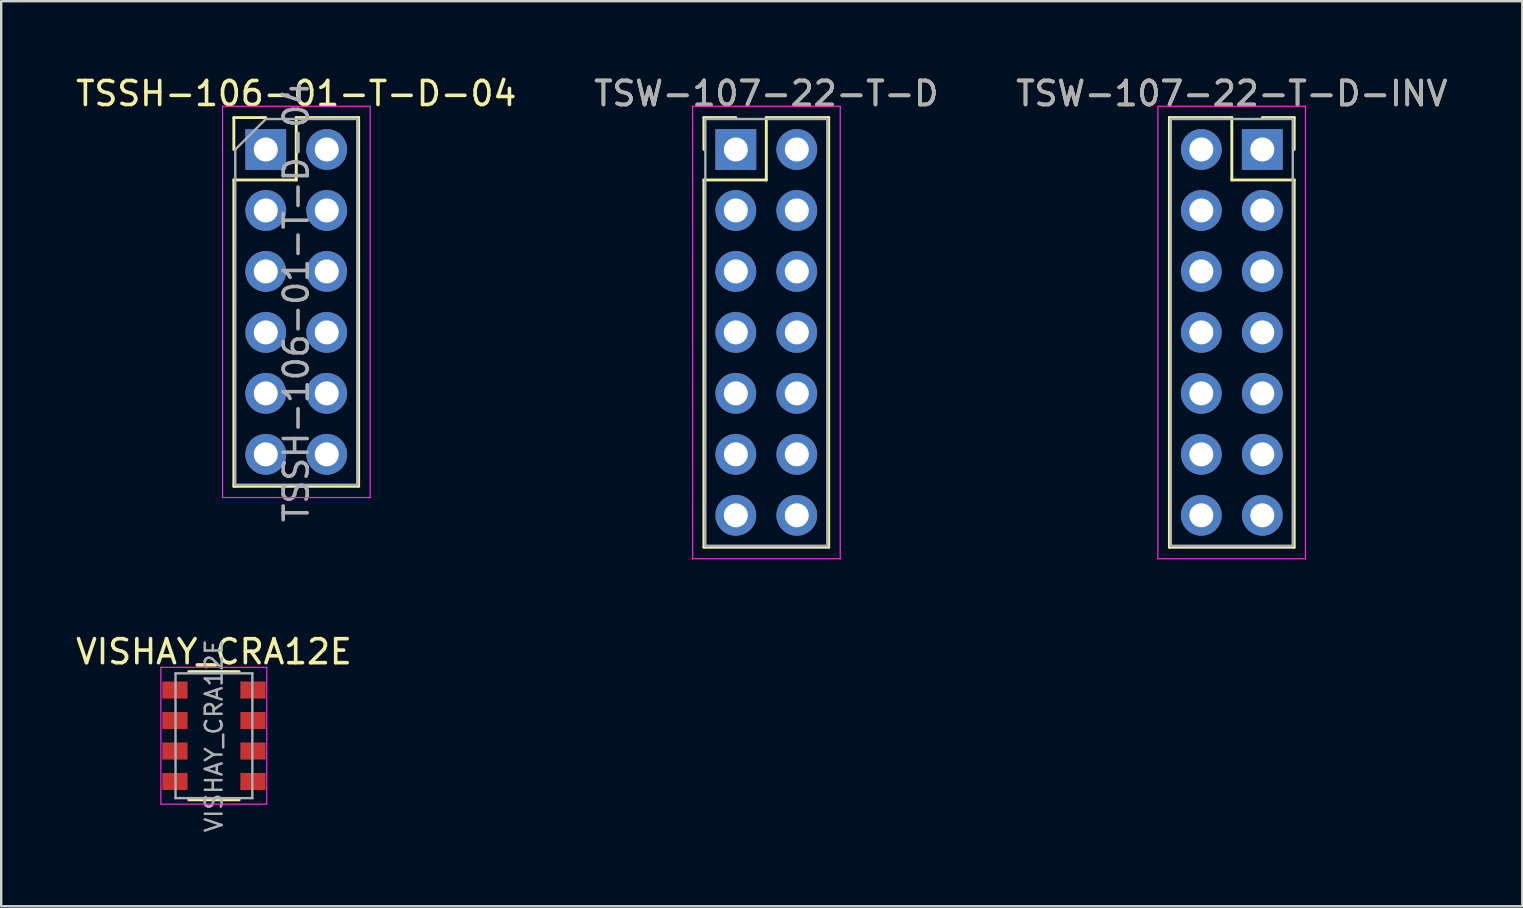
<source format=kicad_pcb>
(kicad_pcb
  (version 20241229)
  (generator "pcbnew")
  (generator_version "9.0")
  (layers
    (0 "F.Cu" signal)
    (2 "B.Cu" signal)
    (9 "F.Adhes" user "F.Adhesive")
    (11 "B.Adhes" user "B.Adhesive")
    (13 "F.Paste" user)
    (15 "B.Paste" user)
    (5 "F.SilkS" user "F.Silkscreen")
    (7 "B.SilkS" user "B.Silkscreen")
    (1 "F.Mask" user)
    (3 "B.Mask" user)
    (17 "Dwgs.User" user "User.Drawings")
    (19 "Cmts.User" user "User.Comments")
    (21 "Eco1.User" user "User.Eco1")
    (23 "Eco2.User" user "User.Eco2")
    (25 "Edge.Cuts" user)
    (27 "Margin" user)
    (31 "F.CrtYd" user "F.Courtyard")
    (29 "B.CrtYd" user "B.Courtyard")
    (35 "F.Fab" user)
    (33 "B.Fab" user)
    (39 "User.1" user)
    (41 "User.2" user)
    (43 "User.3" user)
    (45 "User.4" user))
  (footprint "TSW-107-22-T-D-INV"
    (layer "F.Cu")
    (at 49.538 3.178)
    (property "Reference" "TSW-107-22-T-D-INV" (at -1.27 -2.33 0) (layer "F.SilkS") (effects (font (size 1 1) (thickness 0.15))))
    (attr through_hole)
    (fp_line (start -3.87 -1.33) (end -1.27 -1.33) (stroke (width 0.12) (type solid)) (layer "F.SilkS"))
    (fp_line (start -3.87 16.57) (end -3.87 -1.33) (stroke (width 0.12) (type solid)) (layer "F.SilkS"))
    (fp_line (start -1.27 -1.33) (end -1.27 1.27) (stroke (width 0.12) (type solid)) (layer "F.SilkS"))
    (fp_line (start -1.27 1.27) (end 1.33 1.27) (stroke (width 0.12) (type solid)) (layer "F.SilkS"))
    (fp_line (start 1.33 -1.33) (end 0 -1.33) (stroke (width 0.12) (type solid)) (layer "F.SilkS"))
    (fp_line (start 1.33 0) (end 1.33 -1.33) (stroke (width 0.12) (type solid)) (layer "F.SilkS"))
    (fp_line (start 1.33 1.27) (end 1.33 16.57) (stroke (width 0.12) (type solid)) (layer "F.SilkS"))
    (fp_line (start 1.33 16.57) (end -3.87 16.57) (stroke (width 0.12) (type solid)) (layer "F.SilkS"))
    (fp_line (start -4.35 -1.8) (end 1.8 -1.8) (stroke (width 0.05) (type solid)) (layer "F.CrtYd"))
    (fp_line (start -4.35 17.05) (end -4.35 -1.8) (stroke (width 0.05) (type solid)) (layer "F.CrtYd"))
    (fp_line (start 1.8 -1.8) (end 1.8 17.05) (stroke (width 0.05) (type solid)) (layer "F.CrtYd"))
    (fp_line (start 1.8 17.05) (end -4.35 17.05) (stroke (width 0.05) (type solid)) (layer "F.CrtYd"))
    (fp_line (start -3.81 -1.27) (end 1.27 -1.27) (stroke (width 0.1) (type solid)) (layer "F.Fab"))
    (fp_line (start -3.81 16.51) (end -3.81 -1.27) (stroke (width 0.1) (type solid)) (layer "F.Fab"))
    (fp_line (start 1.27 -1.27) (end 1.27 16.51) (stroke (width 0.1) (type solid)) (layer "F.Fab"))
    (fp_line (start 1.27 16.51) (end -3.81 16.51) (stroke (width 0.1) (type solid)) (layer "F.Fab"))
    (fp_text user "${REFERENCE}" (at -1.27 -2.33 0) (layer "F.Fab") (effects (font (size 1 1) (thickness 0.15))))
    (pad "1" thru_hole rect (at 0 0) (size 1.7 1.7) (drill 1) (layers "*.Cu" "*.Mask"))
    (pad "2" thru_hole oval (at -2.54 0) (size 1.7 1.7) (drill 1) (layers "*.Cu" "*.Mask"))
    (pad "3" thru_hole oval (at 0 2.54) (size 1.7 1.7) (drill 1) (layers "*.Cu" "*.Mask"))
    (pad "4" thru_hole oval (at -2.54 2.54) (size 1.7 1.7) (drill 1) (layers "*.Cu" "*.Mask"))
    (pad "5" thru_hole oval (at 0 5.08) (size 1.7 1.7) (drill 1) (layers "*.Cu" "*.Mask"))
    (pad "6" thru_hole oval (at -2.54 5.08) (size 1.7 1.7) (drill 1) (layers "*.Cu" "*.Mask"))
    (pad "7" thru_hole oval (at 0 7.62) (size 1.7 1.7) (drill 1) (layers "*.Cu" "*.Mask"))
    (pad "8" thru_hole oval (at -2.54 7.62) (size 1.7 1.7) (drill 1) (layers "*.Cu" "*.Mask"))
    (pad "9" thru_hole oval (at 0 10.16) (size 1.7 1.7) (drill 1) (layers "*.Cu" "*.Mask"))
    (pad "10" thru_hole oval (at -2.54 10.16) (size 1.7 1.7) (drill 1) (layers "*.Cu" "*.Mask"))
    (pad "11" thru_hole oval (at 0 12.7) (size 1.7 1.7) (drill 1) (layers "*.Cu" "*.Mask"))
    (pad "12" thru_hole oval (at -2.54 12.7) (size 1.7 1.7) (drill 1) (layers "*.Cu" "*.Mask"))
    (pad "13" thru_hole oval (at 0 15.24) (size 1.7 1.7) (drill 1) (layers "*.Cu" "*.Mask"))
    (pad "14" thru_hole oval (at -2.54 15.24) (size 1.7 1.7) (drill 1) (layers "*.Cu" "*.Mask")))
  (footprint "TSSH-106-01-T-D-04"
    (layer "F.Cu")
    (at 8.022 3.178)
    (property "Reference" "TSSH-106-01-T-D-04" (at 1.27 -2.33 0) (layer "F.SilkS") (effects (font (size 1 1) (thickness 0.15))))
    (attr through_hole)
    (fp_line (start -1.33 -1.33) (end 0 -1.33) (stroke (width 0.12) (type solid)) (layer "F.SilkS"))
    (fp_line (start -1.33 0) (end -1.33 -1.33) (stroke (width 0.12) (type solid)) (layer "F.SilkS"))
    (fp_line (start -1.33 1.27) (end -1.33 14.03) (stroke (width 0.12) (type solid)) (layer "F.SilkS"))
    (fp_line (start -1.33 1.27) (end 1.27 1.27) (stroke (width 0.12) (type solid)) (layer "F.SilkS"))
    (fp_line (start -1.33 14.03) (end 3.87 14.03) (stroke (width 0.12) (type solid)) (layer "F.SilkS"))
    (fp_line (start 1.27 -1.33) (end 3.87 -1.33) (stroke (width 0.12) (type solid)) (layer "F.SilkS"))
    (fp_line (start 1.27 1.27) (end 1.27 -1.33) (stroke (width 0.12) (type solid)) (layer "F.SilkS"))
    (fp_line (start 3.87 -1.33) (end 3.87 14.03) (stroke (width 0.12) (type solid)) (layer "F.SilkS"))
    (fp_line (start -1.8 -1.8) (end -1.8 14.5) (stroke (width 0.05) (type solid)) (layer "F.CrtYd"))
    (fp_line (start -1.8 14.5) (end 4.35 14.5) (stroke (width 0.05) (type solid)) (layer "F.CrtYd"))
    (fp_line (start 4.35 -1.8) (end -1.8 -1.8) (stroke (width 0.05) (type solid)) (layer "F.CrtYd"))
    (fp_line (start 4.35 14.5) (end 4.35 -1.8) (stroke (width 0.05) (type solid)) (layer "F.CrtYd"))
    (fp_line (start -1.27 0) (end 0 -1.27) (stroke (width 0.1) (type solid)) (layer "F.Fab"))
    (fp_line (start -1.27 13.97) (end -1.27 0) (stroke (width 0.1) (type solid)) (layer "F.Fab"))
    (fp_line (start 0 -1.27) (end 3.81 -1.27) (stroke (width 0.1) (type solid)) (layer "F.Fab"))
    (fp_line (start 3.81 -1.27) (end 3.81 13.97) (stroke (width 0.1) (type solid)) (layer "F.Fab"))
    (fp_line (start 3.81 13.97) (end -1.27 13.97) (stroke (width 0.1) (type solid)) (layer "F.Fab"))
    (fp_text user "${REFERENCE}" (at 1.27 6.35 90) (layer "F.Fab") (effects (font (size 1 1) (thickness 0.15))))
    (pad "1" thru_hole rect (at 0 0) (size 1.7 1.7) (drill 1) (layers "*.Cu" "*.Mask"))
    (pad "2" thru_hole oval (at 2.54 0) (size 1.7 1.7) (drill 1) (layers "*.Cu" "*.Mask"))
    (pad "3" thru_hole oval (at 0 2.54) (size 1.7 1.7) (drill 1) (layers "*.Cu" "*.Mask"))
    (pad "4" thru_hole oval (at 2.54 2.54) (size 1.7 1.7) (drill 1) (layers "*.Cu" "*.Mask"))
    (pad "5" thru_hole oval (at 0 5.08) (size 1.7 1.7) (drill 1) (layers "*.Cu" "*.Mask"))
    (pad "6" thru_hole oval (at 2.54 5.08) (size 1.7 1.7) (drill 1) (layers "*.Cu" "*.Mask"))
    (pad "7" thru_hole oval (at 0 7.62) (size 1.7 1.7) (drill 1) (layers "*.Cu" "*.Mask"))
    (pad "8" thru_hole oval (at 2.54 7.62) (size 1.7 1.7) (drill 1) (layers "*.Cu" "*.Mask"))
    (pad "9" thru_hole oval (at 0 10.16) (size 1.7 1.7) (drill 1) (layers "*.Cu" "*.Mask"))
    (pad "10" thru_hole oval (at 2.54 10.16) (size 1.7 1.7) (drill 1) (layers "*.Cu" "*.Mask"))
    (pad "11" thru_hole oval (at 0 12.7) (size 1.7 1.7) (drill 1) (layers "*.Cu" "*.Mask"))
    (pad "12" thru_hole oval (at 2.54 12.7) (size 1.7 1.7) (drill 1) (layers "*.Cu" "*.Mask")))
  (footprint "TSW-107-22-T-D"
    (layer "F.Cu")
    (at 27.605 3.178)
    (property "Reference" "TSW-107-22-T-D" (at 1.27 -2.33 0) (layer "F.SilkS") (effects (font (size 1 1) (thickness 0.15))))
    (attr through_hole)
    (fp_line (start -1.33 -1.33) (end 0 -1.33) (stroke (width 0.12) (type solid)) (layer "F.SilkS"))
    (fp_line (start -1.33 0) (end -1.33 -1.33) (stroke (width 0.12) (type solid)) (layer "F.SilkS"))
    (fp_line (start -1.33 1.27) (end -1.33 16.57) (stroke (width 0.12) (type solid)) (layer "F.SilkS"))
    (fp_line (start -1.33 16.57) (end 3.87 16.57) (stroke (width 0.12) (type solid)) (layer "F.SilkS"))
    (fp_line (start 1.27 -1.33) (end 1.27 1.27) (stroke (width 0.12) (type solid)) (layer "F.SilkS"))
    (fp_line (start 1.27 1.27) (end -1.33 1.27) (stroke (width 0.12) (type solid)) (layer "F.SilkS"))
    (fp_line (start 3.87 -1.33) (end 1.27 -1.33) (stroke (width 0.12) (type solid)) (layer "F.SilkS"))
    (fp_line (start 3.87 16.57) (end 3.87 -1.33) (stroke (width 0.12) (type solid)) (layer "F.SilkS"))
    (fp_line (start -1.8 -1.8) (end -1.8 17.05) (stroke (width 0.05) (type solid)) (layer "F.CrtYd"))
    (fp_line (start -1.8 17.05) (end 4.35 17.05) (stroke (width 0.05) (type solid)) (layer "F.CrtYd"))
    (fp_line (start 4.35 -1.8) (end -1.8 -1.8) (stroke (width 0.05) (type solid)) (layer "F.CrtYd"))
    (fp_line (start 4.35 17.05) (end 4.35 -1.8) (stroke (width 0.05) (type solid)) (layer "F.CrtYd"))
    (fp_line (start -1.27 -1.27) (end -1.27 16.51) (stroke (width 0.1) (type solid)) (layer "F.Fab"))
    (fp_line (start -1.27 16.51) (end 3.81 16.51) (stroke (width 0.1) (type solid)) (layer "F.Fab"))
    (fp_line (start 3.81 -1.27) (end -1.27 -1.27) (stroke (width 0.1) (type solid)) (layer "F.Fab"))
    (fp_line (start 3.81 16.51) (end 3.81 -1.27) (stroke (width 0.1) (type solid)) (layer "F.Fab"))
    (fp_text user "${REFERENCE}" (at 1.27 -2.33 0) (layer "F.Fab") (effects (font (size 1 1) (thickness 0.15))))
    (pad "1" thru_hole rect (at 0 0) (size 1.7 1.7) (drill 1) (layers "*.Cu" "*.Mask"))
    (pad "2" thru_hole oval (at 2.54 0) (size 1.7 1.7) (drill 1) (layers "*.Cu" "*.Mask"))
    (pad "3" thru_hole oval (at 0 2.54) (size 1.7 1.7) (drill 1) (layers "*.Cu" "*.Mask"))
    (pad "4" thru_hole oval (at 2.54 2.54) (size 1.7 1.7) (drill 1) (layers "*.Cu" "*.Mask"))
    (pad "5" thru_hole oval (at 0 5.08) (size 1.7 1.7) (drill 1) (layers "*.Cu" "*.Mask"))
    (pad "6" thru_hole oval (at 2.54 5.08) (size 1.7 1.7) (drill 1) (layers "*.Cu" "*.Mask"))
    (pad "7" thru_hole oval (at 0 7.62) (size 1.7 1.7) (drill 1) (layers "*.Cu" "*.Mask"))
    (pad "8" thru_hole oval (at 2.54 7.62) (size 1.7 1.7) (drill 1) (layers "*.Cu" "*.Mask"))
    (pad "9" thru_hole oval (at 0 10.16) (size 1.7 1.7) (drill 1) (layers "*.Cu" "*.Mask"))
    (pad "10" thru_hole oval (at 2.54 10.16) (size 1.7 1.7) (drill 1) (layers "*.Cu" "*.Mask"))
    (pad "11" thru_hole oval (at 0 12.7) (size 1.7 1.7) (drill 1) (layers "*.Cu" "*.Mask"))
    (pad "12" thru_hole oval (at 2.54 12.7) (size 1.7 1.7) (drill 1) (layers "*.Cu" "*.Mask"))
    (pad "13" thru_hole oval (at 0 15.24) (size 1.7 1.7) (drill 1) (layers "*.Cu" "*.Mask"))
    (pad "14" thru_hole oval (at 2.54 15.24) (size 1.7 1.7) (drill 1) (layers "*.Cu" "*.Mask")))
  (footprint "VISHAY_CRA12E"
    (layer "F.Cu")
    (at 5.863 27.602)
    (property "Reference" "VISHAY_CRA12E" (at 0 -3.5 0) (layer "F.SilkS") (effects (font (size 1 1) (thickness 0.15))))
    (attr smd)
    (fp_line (start 1.05 -2.67) (end -1.05 -2.67) (stroke (width 0.12) (type solid)) (layer "F.SilkS"))
    (fp_line (start 1.05 2.67) (end -1.05 2.67) (stroke (width 0.12) (type solid)) (layer "F.SilkS"))
    (fp_line (start -2.21 -2.85) (end -2.21 2.85) (stroke (width 0.05) (type solid)) (layer "F.CrtYd"))
    (fp_line (start -2.21 -2.85) (end 2.2 -2.85) (stroke (width 0.05) (type solid)) (layer "F.CrtYd"))
    (fp_line (start 2.2 2.85) (end -2.21 2.85) (stroke (width 0.05) (type solid)) (layer "F.CrtYd"))
    (fp_line (start 2.2 2.85) (end 2.2 -2.85) (stroke (width 0.05) (type solid)) (layer "F.CrtYd"))
    (fp_line (start -1.6 -2.6) (end -1.6 2.6) (stroke (width 0.1) (type solid)) (layer "F.Fab"))
    (fp_line (start -1.6 2.6) (end 1.6 2.6) (stroke (width 0.1) (type solid)) (layer "F.Fab"))
    (fp_line (start 1.6 -2.6) (end -1.6 -2.6) (stroke (width 0.1) (type solid)) (layer "F.Fab"))
    (fp_line (start 1.6 2.6) (end 1.6 -2.6) (stroke (width 0.1) (type solid)) (layer "F.Fab"))
    (fp_text user "${REFERENCE}" (at 0 0 90) (layer "F.Fab") (effects (font (size 0.7 0.7) (thickness 0.105))))
    (pad "1" smd rect (at -1.625 -1.905) (size 1.05 0.71) (layers "F.Cu" "F.Mask" "F.Paste"))
    (pad "2" smd rect (at -1.625 -0.635) (size 1.05 0.71) (layers "F.Cu" "F.Mask" "F.Paste"))
    (pad "3" smd rect (at -1.625 0.635) (size 1.05 0.71) (layers "F.Cu" "F.Mask" "F.Paste"))
    (pad "4" smd rect (at -1.625 1.905) (size 1.05 0.71) (layers "F.Cu" "F.Mask" "F.Paste"))
    (pad "5" smd rect (at 1.625 0.635) (size 1.05 0.71) (layers "F.Cu" "F.Mask" "F.Paste"))
    (pad "6" smd rect (at 1.625 1.905) (size 1.05 0.71) (layers "F.Cu" "F.Mask" "F.Paste"))
    (pad "7" smd rect (at 1.625 -0.635) (size 1.05 0.71) (layers "F.Cu" "F.Mask" "F.Paste"))
    (pad "8" smd rect (at 1.625 -1.905) (size 1.05 0.71) (layers "F.Cu" "F.Mask" "F.Paste")))
  (gr_rect
    (start -3 -3)
    (end 60.369 34.706)
    (stroke (width 0.1) (type default))
    (fill no)
    (layer "Edge.Cuts")))
</source>
